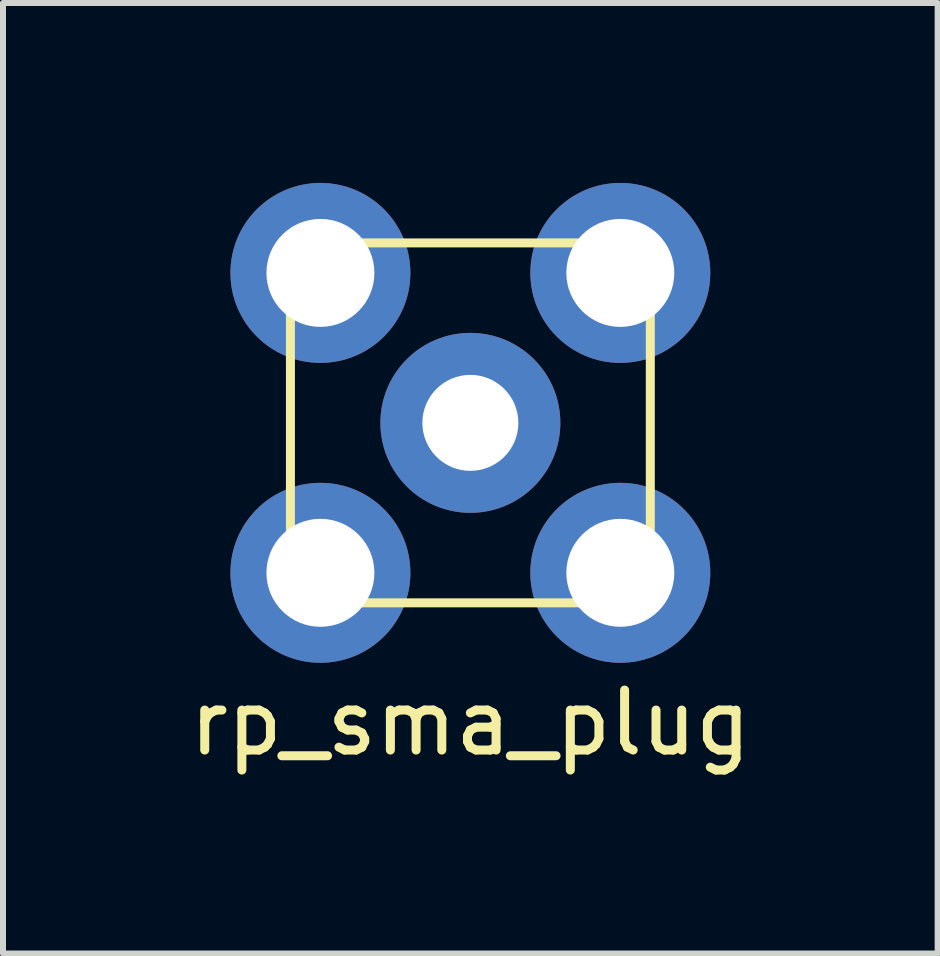
<source format=kicad_pcb>
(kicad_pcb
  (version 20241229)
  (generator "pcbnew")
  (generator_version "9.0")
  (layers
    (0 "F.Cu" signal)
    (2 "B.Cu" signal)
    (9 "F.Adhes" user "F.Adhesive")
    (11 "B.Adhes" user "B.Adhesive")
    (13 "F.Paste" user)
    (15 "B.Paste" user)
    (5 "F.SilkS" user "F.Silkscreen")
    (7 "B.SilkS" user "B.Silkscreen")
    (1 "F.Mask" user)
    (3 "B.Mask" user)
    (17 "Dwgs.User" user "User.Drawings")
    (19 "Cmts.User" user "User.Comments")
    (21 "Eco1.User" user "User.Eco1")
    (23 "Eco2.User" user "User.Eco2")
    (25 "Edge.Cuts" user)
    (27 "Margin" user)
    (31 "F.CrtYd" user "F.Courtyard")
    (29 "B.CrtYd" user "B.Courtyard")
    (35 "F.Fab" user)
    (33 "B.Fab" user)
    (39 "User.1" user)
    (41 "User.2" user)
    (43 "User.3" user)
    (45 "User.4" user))
  (footprint "rp_sma_plug"
    (layer "F.Cu")
    (at 4.792 4)
    (property "Reference" "rp_sma_plug" (at 0 5 0) (layer "F.SilkS") (effects (font (size 1 1) (thickness 0.15))))
    (attr through_hole)
    (fp_line (start -3 -3) (end -3 -3) (stroke (width 0.15) (type solid)) (layer "F.SilkS"))
    (fp_line (start -3 -3) (end 3 -3) (stroke (width 0.15) (type solid)) (layer "F.SilkS"))
    (fp_line (start -3 3) (end -3 -3) (stroke (width 0.15) (type solid)) (layer "F.SilkS"))
    (fp_line (start 3 -3) (end 3 3) (stroke (width 0.15) (type solid)) (layer "F.SilkS"))
    (fp_line (start 3 3) (end -3 3) (stroke (width 0.15) (type solid)) (layer "F.SilkS"))
    (pad "1" thru_hole circle (at 0 0) (size 3 3) (drill 1.6) (layers "*.Cu" "*.Mask"))
    (pad "2" thru_hole circle (at -2.5 -2.5) (size 3 3) (drill 1.8) (layers "*.Cu" "*.Mask"))
    (pad "2" thru_hole circle (at -2.5 2.5) (size 3 3) (drill 1.8) (layers "*.Cu" "*.Mask"))
    (pad "2" thru_hole circle (at 2.5 -2.5) (size 3 3) (drill 1.8) (layers "*.Cu" "*.Mask"))
    (pad "2" thru_hole circle (at 2.5 2.5) (size 3 3) (drill 1.8) (layers "*.Cu" "*.Mask")))
  (gr_rect
    (start -3 -3)
    (end 12.583 12.848)
    (stroke (width 0.1) (type default))
    (fill no)
    (layer "Edge.Cuts")))
</source>
